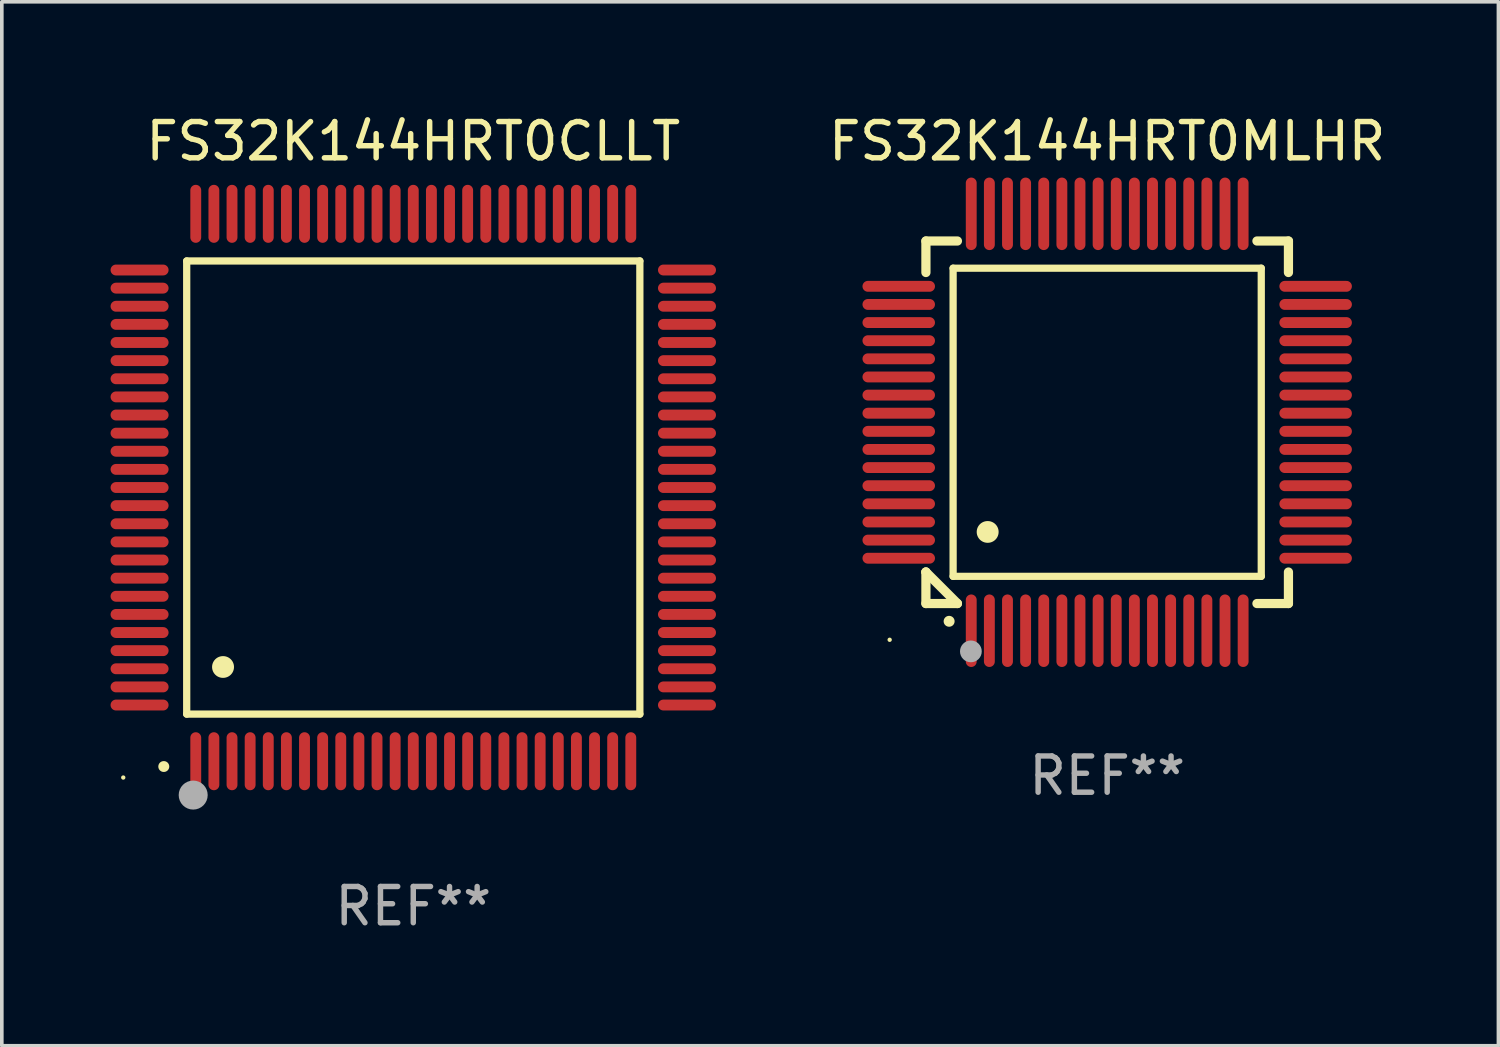
<source format=kicad_pcb>
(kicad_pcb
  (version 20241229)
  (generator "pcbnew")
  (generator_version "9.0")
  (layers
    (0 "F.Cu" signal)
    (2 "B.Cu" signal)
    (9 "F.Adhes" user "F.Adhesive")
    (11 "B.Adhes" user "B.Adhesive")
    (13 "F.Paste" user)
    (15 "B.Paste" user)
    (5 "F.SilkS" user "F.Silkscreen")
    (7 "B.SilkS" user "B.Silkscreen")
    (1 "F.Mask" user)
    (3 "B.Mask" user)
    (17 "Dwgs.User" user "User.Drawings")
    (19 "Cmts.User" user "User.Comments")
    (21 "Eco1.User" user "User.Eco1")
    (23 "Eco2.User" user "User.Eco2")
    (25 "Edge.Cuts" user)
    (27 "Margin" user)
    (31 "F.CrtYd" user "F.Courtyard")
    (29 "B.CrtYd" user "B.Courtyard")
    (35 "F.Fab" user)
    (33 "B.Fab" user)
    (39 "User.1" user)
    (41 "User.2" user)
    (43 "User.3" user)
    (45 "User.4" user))
  (footprint "FS32K144HRT0MLHR"
    (layer "F.Cu")
    (at 27.491 8.598)
    (property "Reference" "FS32K144HRT0MLHR" (at 0 -7.75 0) (layer "F.SilkS") (effects (font (size 1 1) (thickness 0.15))))
    (attr through_hole)
    (fp_line (start -5 -5) (end -4.131 -5) (stroke (width 0.254) (type solid)) (layer "F.SilkS"))
    (fp_line (start -5 -4.131) (end -5 -5) (stroke (width 0.254) (type solid)) (layer "F.SilkS"))
    (fp_line (start -5 4.131) (end -5 4.131) (stroke (width 0.254) (type solid)) (layer "F.SilkS"))
    (fp_line (start -5 5) (end -5 4.131) (stroke (width 0.254) (type solid)) (layer "F.SilkS"))
    (fp_line (start -5 4.131) (end -4.131 5) (stroke (width 0.254) (type solid)) (layer "F.SilkS"))
    (fp_line (start -4.25 -4.25) (end -4.25 4.25) (stroke (width 0.2) (type solid)) (layer "F.SilkS"))
    (fp_line (start -4.25 4.25) (end 4.25 4.25) (stroke (width 0.2) (type solid)) (layer "F.SilkS"))
    (fp_line (start -4.131 5) (end -5 5) (stroke (width 0.254) (type solid)) (layer "F.SilkS"))
    (fp_line (start 4.25 -4.25) (end -4.25 -4.25) (stroke (width 0.2) (type solid)) (layer "F.SilkS"))
    (fp_line (start 4.25 4.25) (end 4.25 -4.25) (stroke (width 0.2) (type solid)) (layer "F.SilkS"))
    (fp_line (start 5 -5) (end 4.131 -5) (stroke (width 0.254) (type solid)) (layer "F.SilkS"))
    (fp_line (start 5 -5) (end 5 -4.131) (stroke (width 0.254) (type solid)) (layer "F.SilkS"))
    (fp_line (start 5 4.131) (end 5 5) (stroke (width 0.254) (type solid)) (layer "F.SilkS"))
    (fp_line (start 5 5) (end 4.131 5) (stroke (width 0.254) (type solid)) (layer "F.SilkS"))
    (fp_arc (start -4.361265 5.489992) (mid -4.359995 5.489987) (end -4.358725 5.489992) (stroke (width 0.3) (type solid)) (layer "F.SilkS"))
    (fp_arc (start -3.299467 3.025146) (mid -3.296927 3.025135) (end -3.294387 3.025146) (stroke (width 0.6) (type solid)) (layer "F.SilkS"))
    (fp_circle (center -6 6) (end -5.97 6) (stroke (width 0.06) (type solid)) (fill no) (layer "F.SilkS"))
    (fp_circle (center -3.76 6.32) (end -3.61 6.32) (stroke (width 0.3) (type solid)) (fill no) (layer "F.Fab"))
    (fp_text user "REF**" (at 0 9.75 0) (layer "F.Fab") (effects (font (size 1 1) (thickness 0.15))))
    (pad "1" smd oval (at -3.75 5.75) (size 0.3 2) (layers "F.Cu" "F.Mask" "F.Paste"))
    (pad "2" smd oval (at -3.25 5.75) (size 0.3 2) (layers "F.Cu" "F.Mask" "F.Paste"))
    (pad "3" smd oval (at -2.75 5.75) (size 0.3 2) (layers "F.Cu" "F.Mask" "F.Paste"))
    (pad "4" smd oval (at -2.25 5.75) (size 0.3 2) (layers "F.Cu" "F.Mask" "F.Paste"))
    (pad "5" smd oval (at -1.75 5.75) (size 0.3 2) (layers "F.Cu" "F.Mask" "F.Paste"))
    (pad "6" smd oval (at -1.25 5.75) (size 0.3 2) (layers "F.Cu" "F.Mask" "F.Paste"))
    (pad "7" smd oval (at -0.75 5.75) (size 0.3 2) (layers "F.Cu" "F.Mask" "F.Paste"))
    (pad "8" smd oval (at -0.25 5.75) (size 0.3 2) (layers "F.Cu" "F.Mask" "F.Paste"))
    (pad "9" smd oval (at 0.25 5.75) (size 0.3 2) (layers "F.Cu" "F.Mask" "F.Paste"))
    (pad "10" smd oval (at 0.75 5.75) (size 0.3 2) (layers "F.Cu" "F.Mask" "F.Paste"))
    (pad "11" smd oval (at 1.25 5.75) (size 0.3 2) (layers "F.Cu" "F.Mask" "F.Paste"))
    (pad "12" smd oval (at 1.75 5.75) (size 0.3 2) (layers "F.Cu" "F.Mask" "F.Paste"))
    (pad "13" smd oval (at 2.25 5.75) (size 0.3 2) (layers "F.Cu" "F.Mask" "F.Paste"))
    (pad "14" smd oval (at 2.75 5.75) (size 0.3 2) (layers "F.Cu" "F.Mask" "F.Paste"))
    (pad "15" smd oval (at 3.25 5.75) (size 0.3 2) (layers "F.Cu" "F.Mask" "F.Paste"))
    (pad "16" smd oval (at 3.75 5.75) (size 0.3 2) (layers "F.Cu" "F.Mask" "F.Paste"))
    (pad "17" smd oval (at 5.75 3.75) (size 2 0.3) (layers "F.Cu" "F.Mask" "F.Paste"))
    (pad "18" smd oval (at 5.75 3.25) (size 2 0.3) (layers "F.Cu" "F.Mask" "F.Paste"))
    (pad "19" smd oval (at 5.75 2.75) (size 2 0.3) (layers "F.Cu" "F.Mask" "F.Paste"))
    (pad "20" smd oval (at 5.75 2.25) (size 2 0.3) (layers "F.Cu" "F.Mask" "F.Paste"))
    (pad "21" smd oval (at 5.75 1.75) (size 2 0.3) (layers "F.Cu" "F.Mask" "F.Paste"))
    (pad "22" smd oval (at 5.75 1.25) (size 2 0.3) (layers "F.Cu" "F.Mask" "F.Paste"))
    (pad "23" smd oval (at 5.75 0.75) (size 2 0.3) (layers "F.Cu" "F.Mask" "F.Paste"))
    (pad "24" smd oval (at 5.75 0.25) (size 2 0.3) (layers "F.Cu" "F.Mask" "F.Paste"))
    (pad "25" smd oval (at 5.75 -0.25) (size 2 0.3) (layers "F.Cu" "F.Mask" "F.Paste"))
    (pad "26" smd oval (at 5.75 -0.75) (size 2 0.3) (layers "F.Cu" "F.Mask" "F.Paste"))
    (pad "27" smd oval (at 5.75 -1.25) (size 2 0.3) (layers "F.Cu" "F.Mask" "F.Paste"))
    (pad "28" smd oval (at 5.75 -1.75) (size 2 0.3) (layers "F.Cu" "F.Mask" "F.Paste"))
    (pad "29" smd oval (at 5.75 -2.25) (size 2 0.3) (layers "F.Cu" "F.Mask" "F.Paste"))
    (pad "30" smd oval (at 5.75 -2.75) (size 2 0.3) (layers "F.Cu" "F.Mask" "F.Paste"))
    (pad "31" smd oval (at 5.75 -3.25) (size 2 0.3) (layers "F.Cu" "F.Mask" "F.Paste"))
    (pad "32" smd oval (at 5.75 -3.75) (size 2 0.3) (layers "F.Cu" "F.Mask" "F.Paste"))
    (pad "33" smd oval (at 3.75 -5.75) (size 0.3 2) (layers "F.Cu" "F.Mask" "F.Paste"))
    (pad "34" smd oval (at 3.25 -5.75) (size 0.3 2) (layers "F.Cu" "F.Mask" "F.Paste"))
    (pad "35" smd oval (at 2.75 -5.75) (size 0.3 2) (layers "F.Cu" "F.Mask" "F.Paste"))
    (pad "36" smd oval (at 2.25 -5.75) (size 0.3 2) (layers "F.Cu" "F.Mask" "F.Paste"))
    (pad "37" smd oval (at 1.75 -5.75) (size 0.3 2) (layers "F.Cu" "F.Mask" "F.Paste"))
    (pad "38" smd oval (at 1.25 -5.75) (size 0.3 2) (layers "F.Cu" "F.Mask" "F.Paste"))
    (pad "39" smd oval (at 0.75 -5.75) (size 0.3 2) (layers "F.Cu" "F.Mask" "F.Paste"))
    (pad "40" smd oval (at 0.25 -5.75) (size 0.3 2) (layers "F.Cu" "F.Mask" "F.Paste"))
    (pad "41" smd oval (at -0.25 -5.75) (size 0.3 2) (layers "F.Cu" "F.Mask" "F.Paste"))
    (pad "42" smd oval (at -0.75 -5.75) (size 0.3 2) (layers "F.Cu" "F.Mask" "F.Paste"))
    (pad "43" smd oval (at -1.25 -5.75) (size 0.3 2) (layers "F.Cu" "F.Mask" "F.Paste"))
    (pad "44" smd oval (at -1.75 -5.75) (size 0.3 2) (layers "F.Cu" "F.Mask" "F.Paste"))
    (pad "45" smd oval (at -2.25 -5.75) (size 0.3 2) (layers "F.Cu" "F.Mask" "F.Paste"))
    (pad "46" smd oval (at -2.75 -5.75) (size 0.3 2) (layers "F.Cu" "F.Mask" "F.Paste"))
    (pad "47" smd oval (at -3.25 -5.75) (size 0.3 2) (layers "F.Cu" "F.Mask" "F.Paste"))
    (pad "48" smd oval (at -3.75 -5.75) (size 0.3 2) (layers "F.Cu" "F.Mask" "F.Paste"))
    (pad "49" smd oval (at -5.75 -3.75) (size 2 0.3) (layers "F.Cu" "F.Mask" "F.Paste"))
    (pad "50" smd oval (at -5.75 -3.25) (size 2 0.3) (layers "F.Cu" "F.Mask" "F.Paste"))
    (pad "51" smd oval (at -5.75 -2.75) (size 2 0.3) (layers "F.Cu" "F.Mask" "F.Paste"))
    (pad "52" smd oval (at -5.75 -2.25) (size 2 0.3) (layers "F.Cu" "F.Mask" "F.Paste"))
    (pad "53" smd oval (at -5.75 -1.75) (size 2 0.3) (layers "F.Cu" "F.Mask" "F.Paste"))
    (pad "54" smd oval (at -5.75 -1.25) (size 2 0.3) (layers "F.Cu" "F.Mask" "F.Paste"))
    (pad "55" smd oval (at -5.75 -0.75) (size 2 0.3) (layers "F.Cu" "F.Mask" "F.Paste"))
    (pad "56" smd oval (at -5.75 -0.25) (size 2 0.3) (layers "F.Cu" "F.Mask" "F.Paste"))
    (pad "57" smd oval (at -5.75 0.25) (size 2 0.3) (layers "F.Cu" "F.Mask" "F.Paste"))
    (pad "58" smd oval (at -5.75 0.75) (size 2 0.3) (layers "F.Cu" "F.Mask" "F.Paste"))
    (pad "59" smd oval (at -5.75 1.25) (size 2 0.3) (layers "F.Cu" "F.Mask" "F.Paste"))
    (pad "60" smd oval (at -5.75 1.75) (size 2 0.3) (layers "F.Cu" "F.Mask" "F.Paste"))
    (pad "61" smd oval (at -5.75 2.25) (size 2 0.3) (layers "F.Cu" "F.Mask" "F.Paste"))
    (pad "62" smd oval (at -5.75 2.75) (size 2 0.3) (layers "F.Cu" "F.Mask" "F.Paste"))
    (pad "63" smd oval (at -5.75 3.25) (size 2 0.3) (layers "F.Cu" "F.Mask" "F.Paste"))
    (pad "64" smd oval (at -5.75 3.75) (size 2 0.3) (layers "F.Cu" "F.Mask" "F.Paste")))
  (footprint "FS32K144HRT0CLLT"
    (layer "F.Cu")
    (at 8.35 10.398)
    (property "Reference" "FS32K144HRT0CLLT" (at 0 -9.55 0) (layer "F.SilkS") (effects (font (size 1 1) (thickness 0.15))))
    (attr through_hole)
    (fp_line (start -6.25 -6.25) (end -6.25 6.25) (stroke (width 0.2) (type solid)) (layer "F.SilkS"))
    (fp_line (start -6.25 6.25) (end 6.25 6.25) (stroke (width 0.2) (type solid)) (layer "F.SilkS"))
    (fp_line (start 6.25 -6.25) (end -6.25 -6.25) (stroke (width 0.2) (type solid)) (layer "F.SilkS"))
    (fp_line (start 6.25 6.25) (end 6.25 -6.25) (stroke (width 0.2) (type solid)) (layer "F.SilkS"))
    (fp_arc (start -6.883414 7.696215) (mid -6.882144 7.69621) (end -6.880874 7.696215) (stroke (width 0.3) (type solid)) (layer "F.SilkS"))
    (fp_arc (start -5.250191 4.95047) (mid -5.247651 4.950459) (end -5.245111 4.95047) (stroke (width 0.6) (type solid)) (layer "F.SilkS"))
    (fp_circle (center -8 8) (end -7.97 8) (stroke (width 0.06) (type solid)) (fill no) (layer "F.SilkS"))
    (fp_circle (center -6.071 8.484) (end -5.871 8.484) (stroke (width 0.4) (type solid)) (fill no) (layer "F.Fab"))
    (fp_text user "REF**" (at 0 11.55 0) (layer "F.Fab") (effects (font (size 1 1) (thickness 0.15))))
    (pad "1" smd oval (at -6 7.55) (size 0.3 1.6) (layers "F.Cu" "F.Mask" "F.Paste"))
    (pad "2" smd oval (at -5.5 7.55) (size 0.3 1.6) (layers "F.Cu" "F.Mask" "F.Paste"))
    (pad "3" smd oval (at -5 7.55) (size 0.3 1.6) (layers "F.Cu" "F.Mask" "F.Paste"))
    (pad "4" smd oval (at -4.5 7.55) (size 0.3 1.6) (layers "F.Cu" "F.Mask" "F.Paste"))
    (pad "5" smd oval (at -4 7.55) (size 0.3 1.6) (layers "F.Cu" "F.Mask" "F.Paste"))
    (pad "6" smd oval (at -3.5 7.55) (size 0.3 1.6) (layers "F.Cu" "F.Mask" "F.Paste"))
    (pad "7" smd oval (at -3 7.55) (size 0.3 1.6) (layers "F.Cu" "F.Mask" "F.Paste"))
    (pad "8" smd oval (at -2.5 7.55) (size 0.3 1.6) (layers "F.Cu" "F.Mask" "F.Paste"))
    (pad "9" smd oval (at -2 7.55) (size 0.3 1.6) (layers "F.Cu" "F.Mask" "F.Paste"))
    (pad "10" smd oval (at -1.5 7.55) (size 0.3 1.6) (layers "F.Cu" "F.Mask" "F.Paste"))
    (pad "11" smd oval (at -1 7.55) (size 0.3 1.6) (layers "F.Cu" "F.Mask" "F.Paste"))
    (pad "12" smd oval (at -0.5 7.55) (size 0.3 1.6) (layers "F.Cu" "F.Mask" "F.Paste"))
    (pad "13" smd oval (at 0 7.55) (size 0.3 1.6) (layers "F.Cu" "F.Mask" "F.Paste"))
    (pad "14" smd oval (at 0.5 7.55) (size 0.3 1.6) (layers "F.Cu" "F.Mask" "F.Paste"))
    (pad "15" smd oval (at 1 7.55) (size 0.3 1.6) (layers "F.Cu" "F.Mask" "F.Paste"))
    (pad "16" smd oval (at 1.5 7.55) (size 0.3 1.6) (layers "F.Cu" "F.Mask" "F.Paste"))
    (pad "17" smd oval (at 2 7.55) (size 0.3 1.6) (layers "F.Cu" "F.Mask" "F.Paste"))
    (pad "18" smd oval (at 2.5 7.55) (size 0.3 1.6) (layers "F.Cu" "F.Mask" "F.Paste"))
    (pad "19" smd oval (at 3 7.55) (size 0.3 1.6) (layers "F.Cu" "F.Mask" "F.Paste"))
    (pad "20" smd oval (at 3.5 7.55) (size 0.3 1.6) (layers "F.Cu" "F.Mask" "F.Paste"))
    (pad "21" smd oval (at 4 7.55) (size 0.3 1.6) (layers "F.Cu" "F.Mask" "F.Paste"))
    (pad "22" smd oval (at 4.5 7.55) (size 0.3 1.6) (layers "F.Cu" "F.Mask" "F.Paste"))
    (pad "23" smd oval (at 5 7.55) (size 0.3 1.6) (layers "F.Cu" "F.Mask" "F.Paste"))
    (pad "24" smd oval (at 5.5 7.55) (size 0.3 1.6) (layers "F.Cu" "F.Mask" "F.Paste"))
    (pad "25" smd oval (at 6 7.55) (size 0.3 1.6) (layers "F.Cu" "F.Mask" "F.Paste"))
    (pad "26" smd oval (at 7.55 6) (size 1.6 0.3) (layers "F.Cu" "F.Mask" "F.Paste"))
    (pad "27" smd oval (at 7.55 5.5) (size 1.6 0.3) (layers "F.Cu" "F.Mask" "F.Paste"))
    (pad "28" smd oval (at 7.55 5) (size 1.6 0.3) (layers "F.Cu" "F.Mask" "F.Paste"))
    (pad "29" smd oval (at 7.55 4.5) (size 1.6 0.3) (layers "F.Cu" "F.Mask" "F.Paste"))
    (pad "30" smd oval (at 7.55 4) (size 1.6 0.3) (layers "F.Cu" "F.Mask" "F.Paste"))
    (pad "31" smd oval (at 7.55 3.5) (size 1.6 0.3) (layers "F.Cu" "F.Mask" "F.Paste"))
    (pad "32" smd oval (at 7.55 3) (size 1.6 0.3) (layers "F.Cu" "F.Mask" "F.Paste"))
    (pad "33" smd oval (at 7.55 2.5) (size 1.6 0.3) (layers "F.Cu" "F.Mask" "F.Paste"))
    (pad "34" smd oval (at 7.55 2) (size 1.6 0.3) (layers "F.Cu" "F.Mask" "F.Paste"))
    (pad "35" smd oval (at 7.55 1.5) (size 1.6 0.3) (layers "F.Cu" "F.Mask" "F.Paste"))
    (pad "36" smd oval (at 7.55 1) (size 1.6 0.3) (layers "F.Cu" "F.Mask" "F.Paste"))
    (pad "37" smd oval (at 7.55 0.5) (size 1.6 0.3) (layers "F.Cu" "F.Mask" "F.Paste"))
    (pad "38" smd oval (at 7.55 0) (size 1.6 0.3) (layers "F.Cu" "F.Mask" "F.Paste"))
    (pad "39" smd oval (at 7.55 -0.5) (size 1.6 0.3) (layers "F.Cu" "F.Mask" "F.Paste"))
    (pad "40" smd oval (at 7.55 -1) (size 1.6 0.3) (layers "F.Cu" "F.Mask" "F.Paste"))
    (pad "41" smd oval (at 7.55 -1.5) (size 1.6 0.3) (layers "F.Cu" "F.Mask" "F.Paste"))
    (pad "42" smd oval (at 7.55 -2) (size 1.6 0.3) (layers "F.Cu" "F.Mask" "F.Paste"))
    (pad "43" smd oval (at 7.55 -2.5) (size 1.6 0.3) (layers "F.Cu" "F.Mask" "F.Paste"))
    (pad "44" smd oval (at 7.55 -3) (size 1.6 0.3) (layers "F.Cu" "F.Mask" "F.Paste"))
    (pad "45" smd oval (at 7.55 -3.5) (size 1.6 0.3) (layers "F.Cu" "F.Mask" "F.Paste"))
    (pad "46" smd oval (at 7.55 -4) (size 1.6 0.3) (layers "F.Cu" "F.Mask" "F.Paste"))
    (pad "47" smd oval (at 7.55 -4.5) (size 1.6 0.3) (layers "F.Cu" "F.Mask" "F.Paste"))
    (pad "48" smd oval (at 7.55 -5) (size 1.6 0.3) (layers "F.Cu" "F.Mask" "F.Paste"))
    (pad "49" smd oval (at 7.55 -5.5) (size 1.6 0.3) (layers "F.Cu" "F.Mask" "F.Paste"))
    (pad "50" smd oval (at 7.55 -6) (size 1.6 0.3) (layers "F.Cu" "F.Mask" "F.Paste"))
    (pad "51" smd oval (at 6 -7.55) (size 0.3 1.6) (layers "F.Cu" "F.Mask" "F.Paste"))
    (pad "52" smd oval (at 5.5 -7.55) (size 0.3 1.6) (layers "F.Cu" "F.Mask" "F.Paste"))
    (pad "53" smd oval (at 5 -7.55) (size 0.3 1.6) (layers "F.Cu" "F.Mask" "F.Paste"))
    (pad "54" smd oval (at 4.5 -7.55) (size 0.3 1.6) (layers "F.Cu" "F.Mask" "F.Paste"))
    (pad "55" smd oval (at 4 -7.55) (size 0.3 1.6) (layers "F.Cu" "F.Mask" "F.Paste"))
    (pad "56" smd oval (at 3.5 -7.55) (size 0.3 1.6) (layers "F.Cu" "F.Mask" "F.Paste"))
    (pad "57" smd oval (at 3 -7.55) (size 0.3 1.6) (layers "F.Cu" "F.Mask" "F.Paste"))
    (pad "58" smd oval (at 2.5 -7.55) (size 0.3 1.6) (layers "F.Cu" "F.Mask" "F.Paste"))
    (pad "59" smd oval (at 2 -7.55) (size 0.3 1.6) (layers "F.Cu" "F.Mask" "F.Paste"))
    (pad "60" smd oval (at 1.5 -7.55) (size 0.3 1.6) (layers "F.Cu" "F.Mask" "F.Paste"))
    (pad "61" smd oval (at 1 -7.55) (size 0.3 1.6) (layers "F.Cu" "F.Mask" "F.Paste"))
    (pad "62" smd oval (at 0.5 -7.55) (size 0.3 1.6) (layers "F.Cu" "F.Mask" "F.Paste"))
    (pad "63" smd oval (at 0 -7.55) (size 0.3 1.6) (layers "F.Cu" "F.Mask" "F.Paste"))
    (pad "64" smd oval (at -0.5 -7.55) (size 0.3 1.6) (layers "F.Cu" "F.Mask" "F.Paste"))
    (pad "65" smd oval (at -1 -7.55) (size 0.3 1.6) (layers "F.Cu" "F.Mask" "F.Paste"))
    (pad "66" smd oval (at -1.5 -7.55) (size 0.3 1.6) (layers "F.Cu" "F.Mask" "F.Paste"))
    (pad "67" smd oval (at -2 -7.55) (size 0.3 1.6) (layers "F.Cu" "F.Mask" "F.Paste"))
    (pad "68" smd oval (at -2.5 -7.55) (size 0.3 1.6) (layers "F.Cu" "F.Mask" "F.Paste"))
    (pad "69" smd oval (at -3 -7.55) (size 0.3 1.6) (layers "F.Cu" "F.Mask" "F.Paste"))
    (pad "70" smd oval (at -3.5 -7.55) (size 0.3 1.6) (layers "F.Cu" "F.Mask" "F.Paste"))
    (pad "71" smd oval (at -4 -7.55) (size 0.3 1.6) (layers "F.Cu" "F.Mask" "F.Paste"))
    (pad "72" smd oval (at -4.5 -7.55) (size 0.3 1.6) (layers "F.Cu" "F.Mask" "F.Paste"))
    (pad "73" smd oval (at -5 -7.55) (size 0.3 1.6) (layers "F.Cu" "F.Mask" "F.Paste"))
    (pad "74" smd oval (at -5.5 -7.55) (size 0.3 1.6) (layers "F.Cu" "F.Mask" "F.Paste"))
    (pad "75" smd oval (at -6 -7.55) (size 0.3 1.6) (layers "F.Cu" "F.Mask" "F.Paste"))
    (pad "76" smd oval (at -7.55 -6) (size 1.6 0.3) (layers "F.Cu" "F.Mask" "F.Paste"))
    (pad "77" smd oval (at -7.55 -5.5) (size 1.6 0.3) (layers "F.Cu" "F.Mask" "F.Paste"))
    (pad "78" smd oval (at -7.55 -5) (size 1.6 0.3) (layers "F.Cu" "F.Mask" "F.Paste"))
    (pad "79" smd oval (at -7.55 -4.5) (size 1.6 0.3) (layers "F.Cu" "F.Mask" "F.Paste"))
    (pad "80" smd oval (at -7.55 -4) (size 1.6 0.3) (layers "F.Cu" "F.Mask" "F.Paste"))
    (pad "81" smd oval (at -7.55 -3.5) (size 1.6 0.3) (layers "F.Cu" "F.Mask" "F.Paste"))
    (pad "82" smd oval (at -7.55 -3) (size 1.6 0.3) (layers "F.Cu" "F.Mask" "F.Paste"))
    (pad "83" smd oval (at -7.55 -2.5) (size 1.6 0.3) (layers "F.Cu" "F.Mask" "F.Paste"))
    (pad "84" smd oval (at -7.55 -2) (size 1.6 0.3) (layers "F.Cu" "F.Mask" "F.Paste"))
    (pad "85" smd oval (at -7.55 -1.5) (size 1.6 0.3) (layers "F.Cu" "F.Mask" "F.Paste"))
    (pad "86" smd oval (at -7.55 -1) (size 1.6 0.3) (layers "F.Cu" "F.Mask" "F.Paste"))
    (pad "87" smd oval (at -7.55 -0.5) (size 1.6 0.3) (layers "F.Cu" "F.Mask" "F.Paste"))
    (pad "88" smd oval (at -7.55 0) (size 1.6 0.3) (layers "F.Cu" "F.Mask" "F.Paste"))
    (pad "89" smd oval (at -7.55 0.5) (size 1.6 0.3) (layers "F.Cu" "F.Mask" "F.Paste"))
    (pad "90" smd oval (at -7.55 1) (size 1.6 0.3) (layers "F.Cu" "F.Mask" "F.Paste"))
    (pad "91" smd oval (at -7.55 1.5) (size 1.6 0.3) (layers "F.Cu" "F.Mask" "F.Paste"))
    (pad "92" smd oval (at -7.55 2) (size 1.6 0.3) (layers "F.Cu" "F.Mask" "F.Paste"))
    (pad "93" smd oval (at -7.55 2.5) (size 1.6 0.3) (layers "F.Cu" "F.Mask" "F.Paste"))
    (pad "94" smd oval (at -7.55 3) (size 1.6 0.3) (layers "F.Cu" "F.Mask" "F.Paste"))
    (pad "95" smd oval (at -7.55 3.5) (size 1.6 0.3) (layers "F.Cu" "F.Mask" "F.Paste"))
    (pad "96" smd oval (at -7.55 4) (size 1.6 0.3) (layers "F.Cu" "F.Mask" "F.Paste"))
    (pad "97" smd oval (at -7.55 4.5) (size 1.6 0.3) (layers "F.Cu" "F.Mask" "F.Paste"))
    (pad "98" smd oval (at -7.55 5) (size 1.6 0.3) (layers "F.Cu" "F.Mask" "F.Paste"))
    (pad "99" smd oval (at -7.55 5.5) (size 1.6 0.3) (layers "F.Cu" "F.Mask" "F.Paste"))
    (pad "100" smd oval (at -7.55 6) (size 1.6 0.3) (layers "F.Cu" "F.Mask" "F.Paste")))
  (gr_rect
    (start -3 -3)
    (end 38.283 25.796)
    (stroke (width 0.1) (type default))
    (fill no)
    (layer "Edge.Cuts")))
</source>
